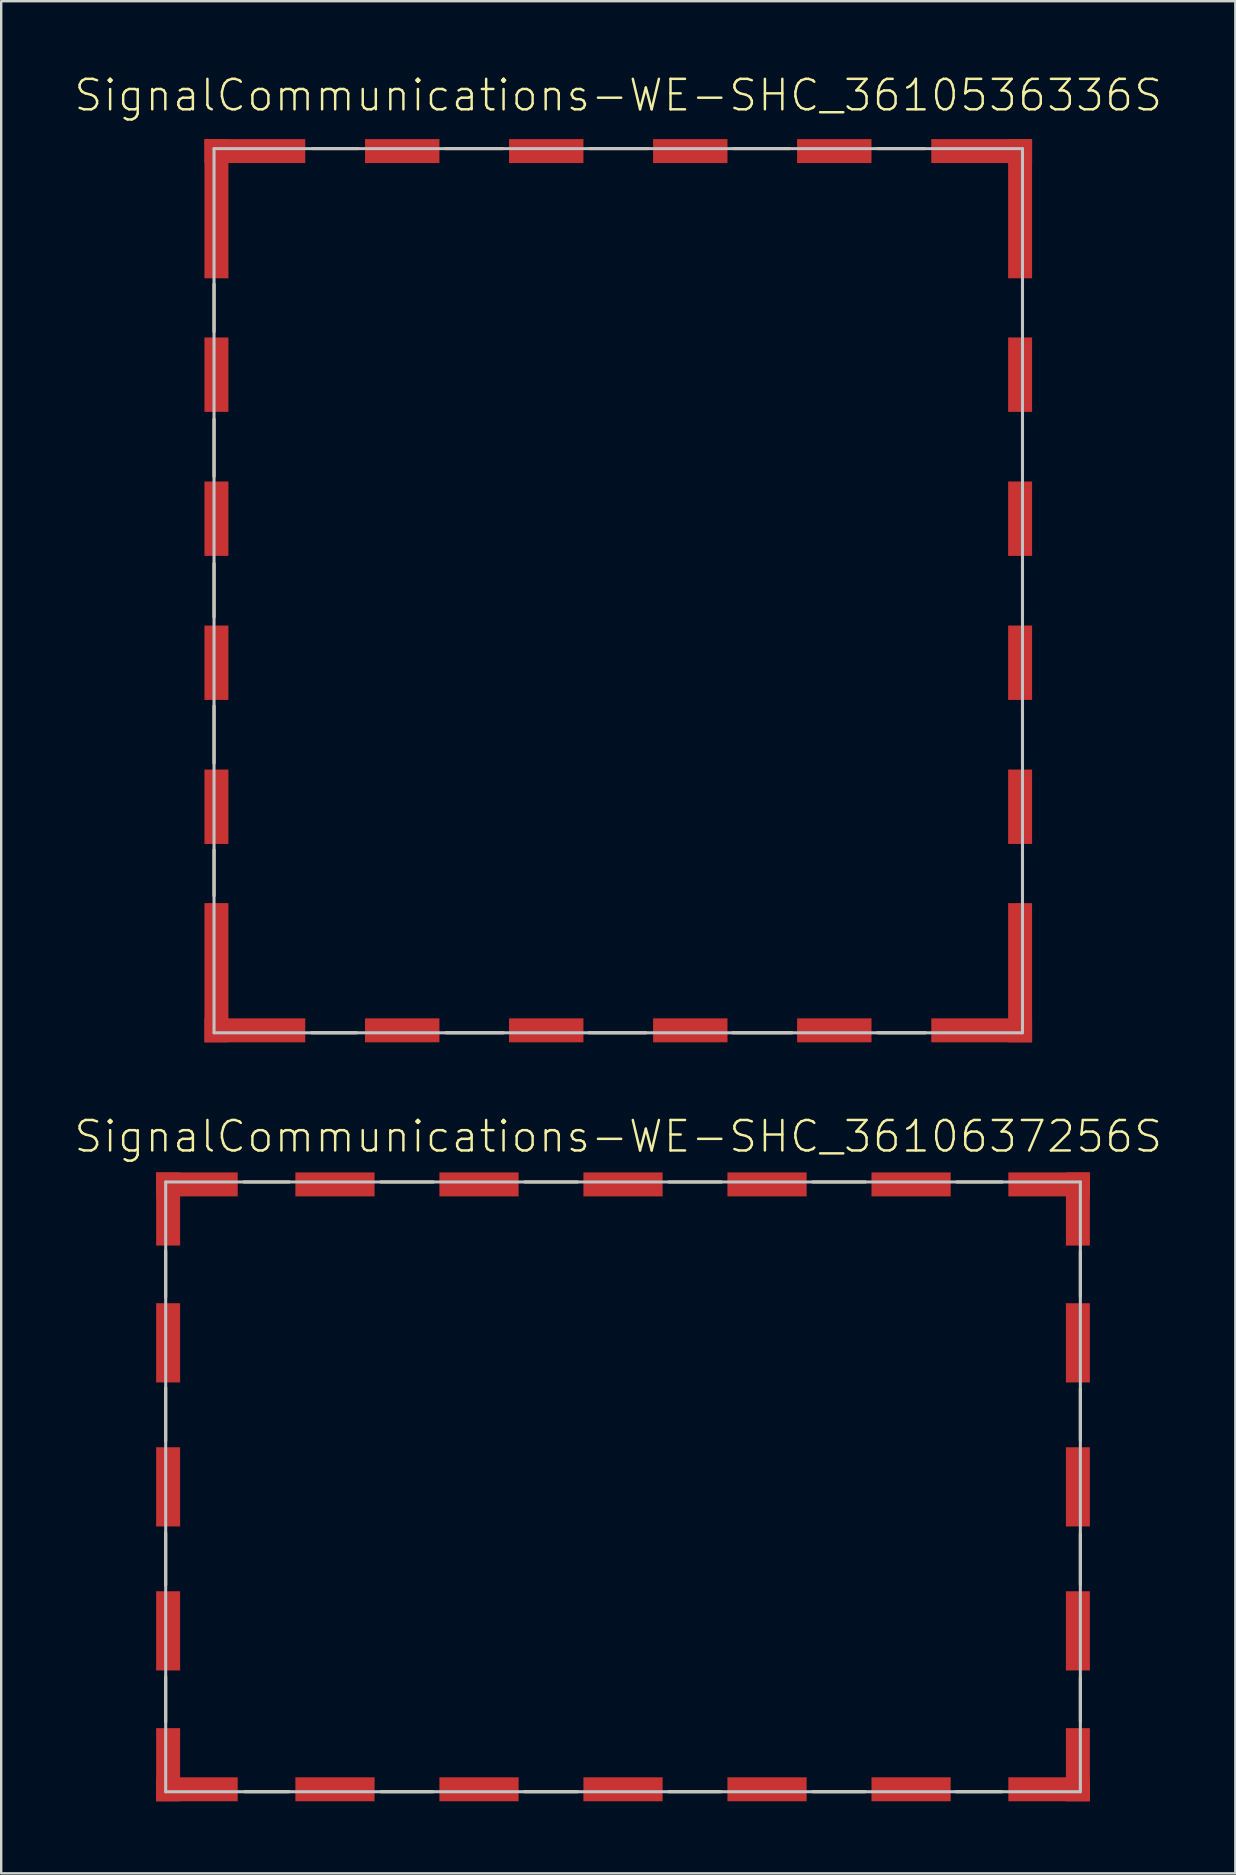
<source format=kicad_pcb>
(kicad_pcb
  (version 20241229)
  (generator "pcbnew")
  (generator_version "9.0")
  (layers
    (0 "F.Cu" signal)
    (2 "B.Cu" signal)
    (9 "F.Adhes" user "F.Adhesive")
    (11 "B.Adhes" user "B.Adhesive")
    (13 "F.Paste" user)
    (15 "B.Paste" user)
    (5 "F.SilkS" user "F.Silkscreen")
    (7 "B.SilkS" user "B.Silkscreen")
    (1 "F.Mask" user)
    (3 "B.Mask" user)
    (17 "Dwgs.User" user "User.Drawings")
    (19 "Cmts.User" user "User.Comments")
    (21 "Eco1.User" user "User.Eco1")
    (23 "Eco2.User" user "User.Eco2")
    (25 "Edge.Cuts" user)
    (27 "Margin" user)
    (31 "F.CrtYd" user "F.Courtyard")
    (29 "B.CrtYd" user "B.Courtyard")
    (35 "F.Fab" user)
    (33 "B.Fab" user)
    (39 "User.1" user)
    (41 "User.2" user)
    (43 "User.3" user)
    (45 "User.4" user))
  (footprint "SignalCommunications-WE-SHC_3610637256S"
    (layer "F.Cu")
    (at 22.902 58.885)
    (property "Reference" "SignalCommunications-WE-SHC_3610637256S" (at -0.198 -14.595 0) (layer "F.SilkS") (effects (font (size 1.27 1.27) (thickness 0.102))))
    (attr smd)
    (fp_line (start -19.05 -9.83) (end -19.05 -7.899) (stroke (width 0.127) (type solid)) (layer "F.SilkS"))
    (fp_line (start -19.05 -1.908) (end -19.05 -4.128) (stroke (width 0.127) (type solid)) (layer "F.SilkS"))
    (fp_line (start -19.05 4.1) (end -19.05 1.918) (stroke (width 0.127) (type solid)) (layer "F.SilkS"))
    (fp_line (start -19.05 9.799) (end -19.05 7.91) (stroke (width 0.127) (type solid)) (layer "F.SilkS"))
    (fp_line (start -15.799 -12.7) (end -13.899 -12.7) (stroke (width 0.127) (type solid)) (layer "F.SilkS"))
    (fp_line (start -15.758 12.7) (end -13.919 12.7) (stroke (width 0.127) (type solid)) (layer "F.SilkS"))
    (fp_line (start -10.099 -12.7) (end -7.899 -12.7) (stroke (width 0.127) (type solid)) (layer "F.SilkS"))
    (fp_line (start -10.069 12.7) (end -7.92 12.7) (stroke (width 0.127) (type solid)) (layer "F.SilkS"))
    (fp_line (start -4.11 12.7) (end -1.9 12.7) (stroke (width 0.127) (type solid)) (layer "F.SilkS"))
    (fp_line (start -4.1 -12.7) (end -1.9 -12.7) (stroke (width 0.127) (type solid)) (layer "F.SilkS"))
    (fp_line (start 1.9 -12.7) (end 4.1 -12.7) (stroke (width 0.127) (type solid)) (layer "F.SilkS"))
    (fp_line (start 1.9 12.7) (end 4.069 12.7) (stroke (width 0.127) (type solid)) (layer "F.SilkS"))
    (fp_line (start 7.899 -12.7) (end 10.099 -12.7) (stroke (width 0.127) (type solid)) (layer "F.SilkS"))
    (fp_line (start 7.92 12.7) (end 10.079 12.7) (stroke (width 0.127) (type solid)) (layer "F.SilkS"))
    (fp_line (start 13.868 12.7) (end 15.778 12.7) (stroke (width 0.127) (type solid)) (layer "F.SilkS"))
    (fp_line (start 13.899 -12.7) (end 15.799 -12.7) (stroke (width 0.127) (type solid)) (layer "F.SilkS"))
    (fp_line (start 19.05 -9.809) (end 19.05 -7.938) (stroke (width 0.127) (type solid)) (layer "F.SilkS"))
    (fp_line (start 19.05 -1.938) (end 19.05 -4.079) (stroke (width 0.127) (type solid)) (layer "F.SilkS"))
    (fp_line (start 19.05 1.958) (end 19.05 4.069) (stroke (width 0.127) (type solid)) (layer "F.SilkS"))
    (fp_line (start 19.05 7.948) (end 19.05 9.759) (stroke (width 0.127) (type solid)) (layer "F.SilkS"))
    (fp_line (start -19.05 -12.7) (end 19.05 -12.7) (stroke (width 0.127) (type solid)) (layer "Dwgs.User"))
    (fp_line (start -19.05 12.7) (end -19.05 -12.7) (stroke (width 0.127) (type solid)) (layer "Dwgs.User"))
    (fp_line (start 19.05 -12.7) (end 19.05 12.7) (stroke (width 0.127) (type solid)) (layer "Dwgs.User"))
    (fp_line (start 19.05 12.7) (end -19.05 12.7) (stroke (width 0.127) (type solid)) (layer "Dwgs.User"))
    (pad "1" smd rect (at -5.999 -12.598) (size 3.299 0.998) (layers "F.Cu" "F.Mask" "F.Paste"))
    (pad "2" smd rect (at 0 -12.598) (size 3.299 0.998) (layers "F.Cu" "F.Mask" "F.Paste"))
    (pad "3" smd rect (at 5.999 -12.598) (size 3.299 0.998) (layers "F.Cu" "F.Mask" "F.Paste"))
    (pad "4" smd rect (at 11.999 -12.598) (size 3.299 0.998) (layers "F.Cu" "F.Mask" "F.Paste"))
    (pad "5" smd rect (at 17.75 -12.598) (size 3.399 0.998) (layers "F.Cu" "F.Mask" "F.Paste"))
    (pad "6" smd rect (at 18.948 -11.575 90) (size 3.048 0.998) (layers "F.Cu" "F.Mask" "F.Paste"))
    (pad "7" smd rect (at 18.948 -5.999 90) (size 3.299 0.998) (layers "F.Cu" "F.Mask" "F.Paste"))
    (pad "8" smd rect (at 18.948 0 90) (size 3.299 0.998) (layers "F.Cu" "F.Mask" "F.Paste"))
    (pad "9" smd rect (at 18.948 5.999 90) (size 3.299 0.998) (layers "F.Cu" "F.Mask" "F.Paste"))
    (pad "10" smd rect (at 18.948 11.575 90) (size 3.048 0.998) (layers "F.Cu" "F.Mask" "F.Paste"))
    (pad "11" smd rect (at 17.75 12.598) (size 3.399 0.998) (layers "F.Cu" "F.Mask" "F.Paste"))
    (pad "12" smd rect (at 11.999 12.598) (size 3.299 0.998) (layers "F.Cu" "F.Mask" "F.Paste"))
    (pad "13" smd rect (at 5.999 12.598) (size 3.299 0.998) (layers "F.Cu" "F.Mask" "F.Paste"))
    (pad "14" smd rect (at 0 12.598) (size 3.299 0.998) (layers "F.Cu" "F.Mask" "F.Paste"))
    (pad "15" smd rect (at -5.999 12.598) (size 3.299 0.998) (layers "F.Cu" "F.Mask" "F.Paste"))
    (pad "16" smd rect (at -11.999 12.598) (size 3.299 0.998) (layers "F.Cu" "F.Mask" "F.Paste"))
    (pad "17" smd rect (at -11.999 -12.598) (size 3.299 0.998) (layers "F.Cu" "F.Mask" "F.Paste"))
    (pad "18" smd rect (at -18.948 -11.575 90) (size 3.048 0.998) (layers "F.Cu" "F.Mask" "F.Paste"))
    (pad "19" smd rect (at -17.75 -12.598) (size 3.399 0.998) (layers "F.Cu" "F.Mask" "F.Paste"))
    (pad "20" smd rect (at -18.948 -5.999 90) (size 3.299 0.998) (layers "F.Cu" "F.Mask" "F.Paste"))
    (pad "21" smd rect (at -18.948 0 90) (size 3.299 0.998) (layers "F.Cu" "F.Mask" "F.Paste"))
    (pad "22" smd rect (at -18.948 5.999 90) (size 3.299 0.998) (layers "F.Cu" "F.Mask" "F.Paste"))
    (pad "23" smd rect (at -18.948 11.575 90) (size 3.048 0.998) (layers "F.Cu" "F.Mask" "F.Paste"))
    (pad "24" smd rect (at -17.75 12.598) (size 3.399 0.998) (layers "F.Cu" "F.Mask" "F.Paste")))
  (footprint "SignalCommunications-WE-SHC_3610536336S"
    (layer "F.Cu")
    (at 22.704 21.556)
    (property "Reference" "SignalCommunications-WE-SHC_3610536336S" (at 0 -20.635 0) (layer "F.SilkS") (effects (font (size 1.27 1.27) (thickness 0.102))))
    (attr smd)
    (fp_line (start -16.838 -12.769) (end -16.838 -10.79) (stroke (width 0.127) (type solid)) (layer "F.SilkS"))
    (fp_line (start -16.838 -4.76) (end -16.838 -7.148) (stroke (width 0.127) (type solid)) (layer "F.SilkS"))
    (fp_line (start -16.838 1.1) (end -16.838 -1.138) (stroke (width 0.127) (type solid)) (layer "F.SilkS"))
    (fp_line (start -16.838 4.798) (end -16.838 7.188) (stroke (width 0.127) (type solid)) (layer "F.SilkS"))
    (fp_line (start -16.838 10.79) (end -16.838 12.708) (stroke (width 0.127) (type solid)) (layer "F.SilkS"))
    (fp_line (start -12.779 18.415) (end -10.899 18.415) (stroke (width 0.127) (type solid)) (layer "F.SilkS"))
    (fp_line (start -12.748 -18.415) (end -10.828 -18.415) (stroke (width 0.127) (type solid)) (layer "F.SilkS"))
    (fp_line (start -7.198 -18.415) (end -4.808 -18.415) (stroke (width 0.127) (type solid)) (layer "F.SilkS"))
    (fp_line (start -7.178 18.415) (end -4.788 18.415) (stroke (width 0.127) (type solid)) (layer "F.SilkS"))
    (fp_line (start -1.229 18.415) (end 1.158 18.415) (stroke (width 0.127) (type solid)) (layer "F.SilkS"))
    (fp_line (start -1.179 -18.415) (end 1.24 -18.415) (stroke (width 0.127) (type solid)) (layer "F.SilkS"))
    (fp_line (start 4.76 18.415) (end 7.239 18.415) (stroke (width 0.127) (type solid)) (layer "F.SilkS"))
    (fp_line (start 4.818 -18.415) (end 7.14 -18.415) (stroke (width 0.127) (type solid)) (layer "F.SilkS"))
    (fp_line (start 10.798 18.415) (end 12.799 18.415) (stroke (width 0.127) (type solid)) (layer "F.SilkS"))
    (fp_line (start 10.808 -18.415) (end 12.769 -18.415) (stroke (width 0.127) (type solid)) (layer "F.SilkS"))
    (fp_line (start 16.838 -12.769) (end 16.838 -10.828) (stroke (width 0.127) (type solid)) (layer "F.SilkS"))
    (fp_line (start 16.838 -7.188) (end 16.838 -4.879) (stroke (width 0.127) (type solid)) (layer "F.SilkS"))
    (fp_line (start 16.838 -1.148) (end 16.838 1.168) (stroke (width 0.127) (type solid)) (layer "F.SilkS"))
    (fp_line (start 16.838 4.829) (end 16.838 7.158) (stroke (width 0.127) (type solid)) (layer "F.SilkS"))
    (fp_line (start 16.838 10.838) (end 16.838 12.738) (stroke (width 0.127) (type solid)) (layer "F.SilkS"))
    (fp_line (start -16.838 -18.415) (end 16.838 -18.415) (stroke (width 0.127) (type solid)) (layer "Dwgs.User"))
    (fp_line (start -16.838 18.415) (end -16.838 -18.415) (stroke (width 0.127) (type solid)) (layer "Dwgs.User"))
    (fp_line (start 16.838 -18.415) (end 16.838 18.415) (stroke (width 0.127) (type solid)) (layer "Dwgs.User"))
    (fp_line (start 16.838 18.415) (end -16.838 18.415) (stroke (width 0.127) (type solid)) (layer "Dwgs.User"))
    (pad "1" smd rect (at -3 -18.313) (size 3.099 0.998) (layers "F.Cu" "F.Mask" "F.Paste"))
    (pad "2" smd rect (at 3 -18.313) (size 3.099 0.998) (layers "F.Cu" "F.Mask" "F.Paste"))
    (pad "3" smd rect (at 8.999 -18.313) (size 3.099 0.998) (layers "F.Cu" "F.Mask" "F.Paste"))
    (pad "4" smd rect (at 15.138 -18.313) (size 4.199 0.998) (layers "F.Cu" "F.Mask" "F.Paste"))
    (pad "5" smd rect (at 16.739 -15.913 90) (size 5.799 0.998) (layers "F.Cu" "F.Mask" "F.Paste"))
    (pad "6" smd rect (at 16.739 -8.999 90) (size 3.099 0.998) (layers "F.Cu" "F.Mask" "F.Paste"))
    (pad "7" smd rect (at 16.739 -3 90) (size 3.099 0.998) (layers "F.Cu" "F.Mask" "F.Paste"))
    (pad "8" smd rect (at 16.739 3 90) (size 3.099 0.998) (layers "F.Cu" "F.Mask" "F.Paste"))
    (pad "9" smd rect (at 16.739 8.999 90) (size 3.099 0.998) (layers "F.Cu" "F.Mask" "F.Paste"))
    (pad "10" smd rect (at 16.739 15.913 90) (size 5.799 0.998) (layers "F.Cu" "F.Mask" "F.Paste"))
    (pad "11" smd rect (at 15.138 18.313) (size 4.199 0.998) (layers "F.Cu" "F.Mask" "F.Paste"))
    (pad "12" smd rect (at 8.999 18.313) (size 3.099 0.998) (layers "F.Cu" "F.Mask" "F.Paste"))
    (pad "13" smd rect (at 3 18.313) (size 3.099 0.998) (layers "F.Cu" "F.Mask" "F.Paste"))
    (pad "14" smd rect (at -3 18.313) (size 3.099 0.998) (layers "F.Cu" "F.Mask" "F.Paste"))
    (pad "15" smd rect (at -8.999 18.313) (size 3.099 0.998) (layers "F.Cu" "F.Mask" "F.Paste"))
    (pad "16" smd rect (at -15.138 18.313) (size 4.199 0.998) (layers "F.Cu" "F.Mask" "F.Paste"))
    (pad "17" smd rect (at -16.739 15.913 90) (size 5.799 0.998) (layers "F.Cu" "F.Mask" "F.Paste"))
    (pad "18" smd rect (at -16.739 8.999 90) (size 3.099 0.998) (layers "F.Cu" "F.Mask" "F.Paste"))
    (pad "19" smd rect (at -16.739 3 90) (size 3.099 0.998) (layers "F.Cu" "F.Mask" "F.Paste"))
    (pad "20" smd rect (at -16.739 -3 90) (size 3.099 0.998) (layers "F.Cu" "F.Mask" "F.Paste"))
    (pad "21" smd rect (at -16.739 -8.999 90) (size 3.099 0.998) (layers "F.Cu" "F.Mask" "F.Paste"))
    (pad "22" smd rect (at -16.739 -15.913 90) (size 5.799 0.998) (layers "F.Cu" "F.Mask" "F.Paste"))
    (pad "23" smd rect (at -15.138 -18.313) (size 4.199 0.998) (layers "F.Cu" "F.Mask" "F.Paste"))
    (pad "24" smd rect (at -8.999 -18.313) (size 3.099 0.998) (layers "F.Cu" "F.Mask" "F.Paste")))
  (gr_rect
    (start -3 -3)
    (end 48.408 74.984)
    (stroke (width 0.1) (type default))
    (fill no)
    (layer "Edge.Cuts")))
</source>
